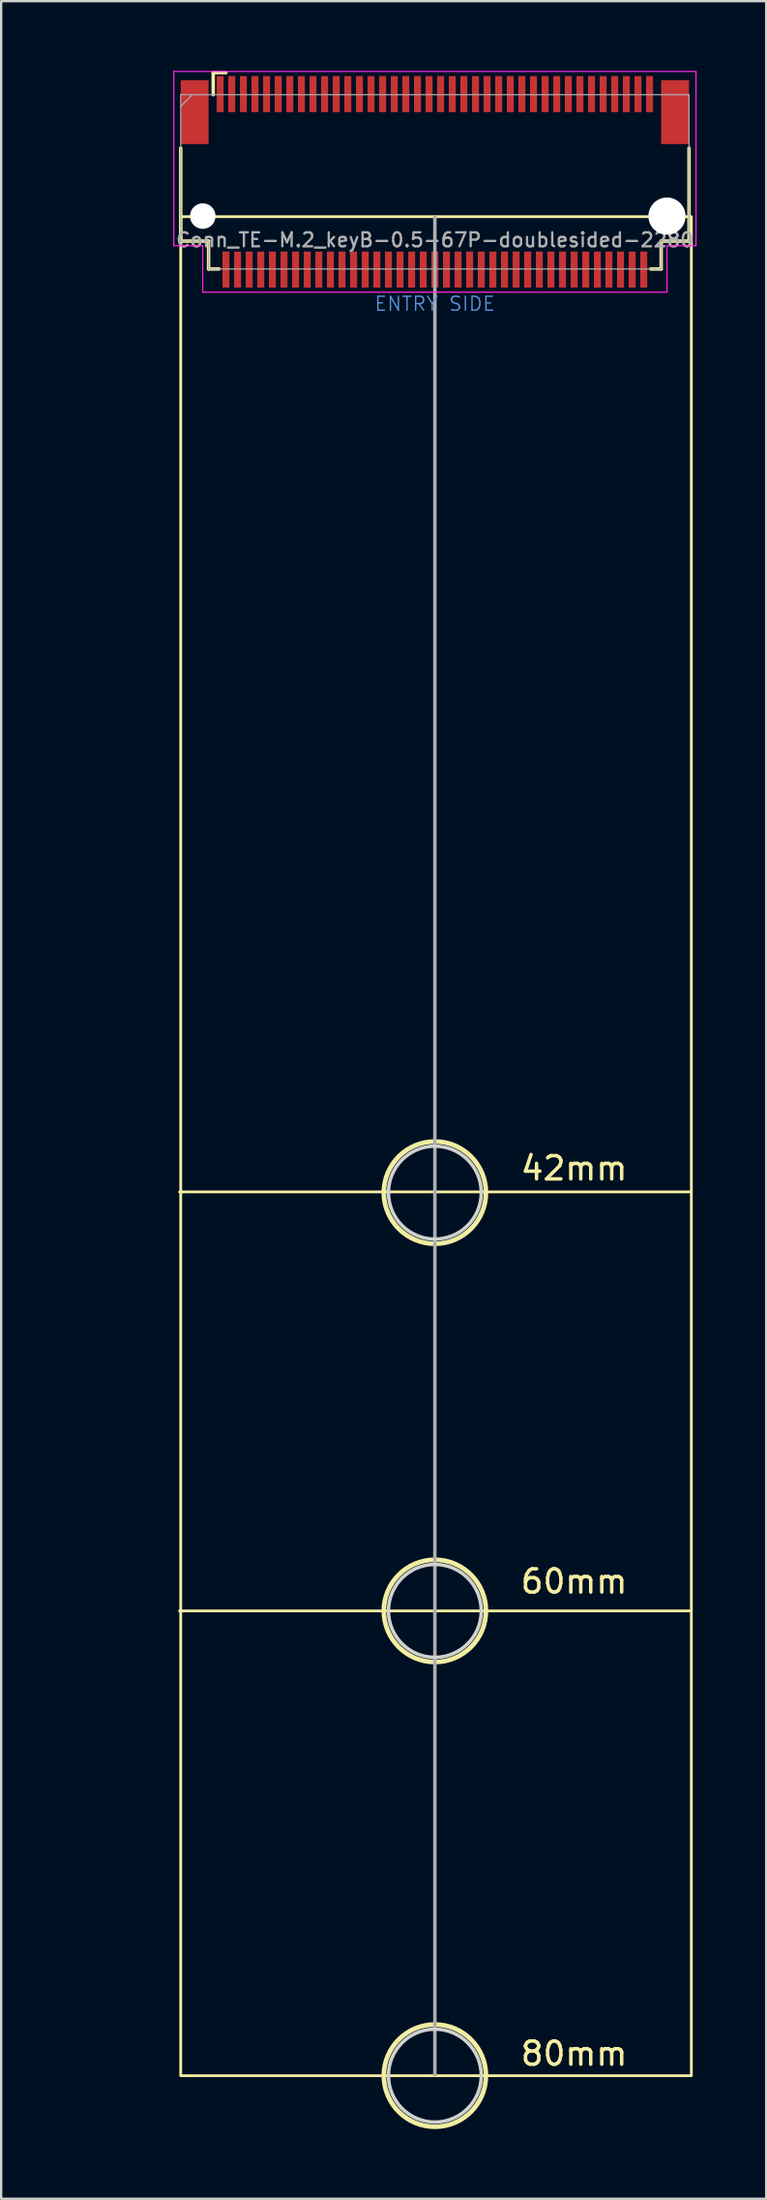
<source format=kicad_pcb>
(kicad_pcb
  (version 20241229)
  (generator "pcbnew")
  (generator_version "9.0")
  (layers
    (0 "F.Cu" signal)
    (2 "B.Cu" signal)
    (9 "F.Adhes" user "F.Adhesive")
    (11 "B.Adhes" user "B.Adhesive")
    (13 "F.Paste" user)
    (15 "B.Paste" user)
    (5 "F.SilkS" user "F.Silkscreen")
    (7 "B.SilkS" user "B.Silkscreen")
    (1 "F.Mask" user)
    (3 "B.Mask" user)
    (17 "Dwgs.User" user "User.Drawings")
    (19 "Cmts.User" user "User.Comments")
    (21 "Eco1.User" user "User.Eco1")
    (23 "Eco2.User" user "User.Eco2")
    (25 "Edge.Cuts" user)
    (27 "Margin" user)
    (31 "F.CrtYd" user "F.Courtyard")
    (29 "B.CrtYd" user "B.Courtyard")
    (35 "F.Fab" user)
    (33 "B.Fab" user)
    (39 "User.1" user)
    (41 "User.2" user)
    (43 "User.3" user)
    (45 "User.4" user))
  (footprint "Conn_TE-M.2_keyB-0.5-67P-doublesided-2280"
    (layer "F.Cu")
    (at 15.686 6.08)
    (property "Reference" "Conn_TE-M.2_keyB-0.5-67P-doublesided-2280" (at 0 1.195 0) (layer "F.Fab") (effects (font (size 0.6 0.6) (thickness 0.1))))
    (attr through_hole)
    (fp_line (start -10.95 1.245) (end -10.95 -2.755) (stroke (width 0.15) (type solid)) (layer "F.SilkS"))
    (fp_line (start -9.75 1.245) (end -10.95 1.245) (stroke (width 0.15) (type solid)) (layer "F.SilkS"))
    (fp_line (start -9.75 2.445) (end -9.75 1.245) (stroke (width 0.15) (type solid)) (layer "F.SilkS"))
    (fp_line (start -9.55 -6.005) (end -9 -6.005) (stroke (width 0.15) (type solid)) (layer "F.SilkS"))
    (fp_line (start -9.55 -5.055) (end -9.55 -6.005) (stroke (width 0.15) (type solid)) (layer "F.SilkS"))
    (fp_line (start -9.3 2.445) (end -9.75 2.445) (stroke (width 0.15) (type solid)) (layer "F.SilkS"))
    (fp_line (start 9.75 1.245) (end 9.75 2.445) (stroke (width 0.15) (type solid)) (layer "F.SilkS"))
    (fp_line (start 9.75 2.445) (end 9.3 2.445) (stroke (width 0.15) (type solid)) (layer "F.SilkS"))
    (fp_line (start 10.95 1.245) (end 9.75 1.245) (stroke (width 0.15) (type solid)) (layer "F.SilkS"))
    (fp_line (start 10.95 1.245) (end 10.95 -2.755) (stroke (width 0.15) (type solid)) (layer "F.SilkS"))
    (fp_line (start 11 42.164) (end -11 42.164) (stroke (width 0.12) (type solid)) (layer "F.SilkS"))
    (fp_line (start 11 60.195) (end -11 60.195) (stroke (width 0.12) (type solid)) (layer "F.SilkS"))
    (fp_rect (start -10.95 0.195) (end 11.05 80.198) (stroke (width 0.12) (type solid)) (fill no) (layer "F.SilkS"))
    (fp_circle (center 0 42.195) (end 2.2 42.195) (stroke (width 0.2) (type solid)) (fill no) (layer "F.SilkS"))
    (fp_circle (center 0 60.195) (end 2.2 60.195) (stroke (width 0.2) (type solid)) (fill no) (layer "F.SilkS"))
    (fp_circle (center 0 80.195) (end 2.2 80.195) (stroke (width 0.2) (type solid)) (fill no) (layer "F.SilkS"))
    (fp_circle (center 0 42.195) (end 2 42.195) (stroke (width 0.15) (type solid)) (fill no) (layer "Edge.Cuts"))
    (fp_circle (center 0 60.195) (end 2 60.195) (stroke (width 0.15) (type solid)) (fill no) (layer "Edge.Cuts"))
    (fp_circle (center 0 80.195) (end 2 80.195) (stroke (width 0.15) (type solid)) (fill no) (layer "Edge.Cuts"))
    (fp_line (start -11.25 -6.055) (end 11.25 -6.055) (stroke (width 0.05) (type solid)) (layer "F.CrtYd"))
    (fp_line (start -11.25 1.445) (end -11.25 -6.055) (stroke (width 0.05) (type solid)) (layer "F.CrtYd"))
    (fp_line (start -10 1.445) (end -11.25 1.445) (stroke (width 0.05) (type solid)) (layer "F.CrtYd"))
    (fp_line (start -10 3.445) (end -10 1.445) (stroke (width 0.05) (type solid)) (layer "F.CrtYd"))
    (fp_line (start 10 1.445) (end 10 3.445) (stroke (width 0.05) (type solid)) (layer "F.CrtYd"))
    (fp_line (start 10 3.445) (end -10 3.445) (stroke (width 0.05) (type solid)) (layer "F.CrtYd"))
    (fp_line (start 11.25 -6.055) (end 11.25 1.445) (stroke (width 0.05) (type solid)) (layer "F.CrtYd"))
    (fp_line (start 11.25 1.445) (end 10 1.445) (stroke (width 0.05) (type solid)) (layer "F.CrtYd"))
    (fp_line (start -10.95 -5.055) (end -10.95 1.245) (stroke (width 0.05) (type solid)) (layer "F.Fab"))
    (fp_line (start -10.95 -5.055) (end 10.95 -5.055) (stroke (width 0.05) (type solid)) (layer "F.Fab"))
    (fp_line (start -10.95 -4.555) (end -10.45 -5.055) (stroke (width 0.05) (type solid)) (layer "F.Fab"))
    (fp_line (start -10.95 1.245) (end -9.75 1.245) (stroke (width 0.05) (type solid)) (layer "F.Fab"))
    (fp_line (start -9.75 1.245) (end -9.75 2.445) (stroke (width 0.05) (type solid)) (layer "F.Fab"))
    (fp_line (start -9.75 2.445) (end 9.75 2.445) (stroke (width 0.05) (type solid)) (layer "F.Fab"))
    (fp_line (start 0 80.162) (end 0 0.195) (stroke (width 0.15) (type solid)) (layer "F.Fab"))
    (fp_line (start 9.75 1.245) (end 9.75 2.445) (stroke (width 0.05) (type solid)) (layer "F.Fab"))
    (fp_line (start 10.95 1.245) (end 9.75 1.245) (stroke (width 0.05) (type solid)) (layer "F.Fab"))
    (fp_line (start 10.95 1.245) (end 10.95 -5.055) (stroke (width 0.05) (type solid)) (layer "F.Fab"))
    (fp_text user "60mm" (at 6 58.928 0) (layer "F.SilkS") (effects (font (size 1 1) (thickness 0.15))))
    (fp_text user "80mm" (at 6 79.248 0) (layer "F.SilkS") (effects (font (size 1 1) (thickness 0.15))))
    (fp_text user "42mm" (at 6 41.148 0) (layer "F.SilkS") (effects (font (size 1 1) (thickness 0.15))))
    (fp_text user "ENTRY SIDE" (at 0 3.945 0) (layer "Cmts.User") (effects (font (size 0.6 0.6) (thickness 0.06))))
    (fp_text user "${REFERENCE}" (at -10.1 -4.605 0) (layer "Eco1.User") (effects (font (size 0.3 0.3) (thickness 0.03))))
    (pad "" smd rect (at -10.35 -4.305) (size 1.2 2.75) (layers "F.Cu" "F.Mask" "F.Paste"))
    (pad "" np_thru_hole circle (at -10 0.17) (size 1.1 1.1) (drill 1.1) (layers "*.Cu"))
    (pad "" np_thru_hole circle (at 10 0.17) (size 1.6 1.6) (drill 1.6) (layers "*.Cu"))
    (pad "" smd rect (at 10.35 -4.305) (size 1.2 2.75) (layers "F.Cu" "F.Mask" "F.Paste"))
    (pad "1" smd rect (at -9.25 -5.08) (size 0.3 1.55) (layers "F.Cu" "F.Mask" "F.Paste"))
    (pad "2" smd rect (at -9 2.47) (size 0.3 1.55) (layers "F.Cu" "F.Mask" "F.Paste"))
    (pad "3" smd rect (at -8.75 -5.08) (size 0.3 1.55) (layers "F.Cu" "F.Mask" "F.Paste"))
    (pad "4" smd rect (at -8.5 2.47) (size 0.3 1.55) (layers "F.Cu" "F.Mask" "F.Paste"))
    (pad "5" smd rect (at -8.25 -5.08) (size 0.3 1.55) (layers "F.Cu" "F.Mask" "F.Paste"))
    (pad "6" smd rect (at -8 2.47) (size 0.3 1.55) (layers "F.Cu" "F.Mask" "F.Paste"))
    (pad "7" smd rect (at -7.75 -5.08) (size 0.3 1.55) (layers "F.Cu" "F.Mask" "F.Paste"))
    (pad "8" smd rect (at -7.5 2.47) (size 0.3 1.55) (layers "F.Cu" "F.Mask" "F.Paste"))
    (pad "9" smd rect (at -7.25 -5.08) (size 0.3 1.55) (layers "F.Cu" "F.Mask" "F.Paste"))
    (pad "10" smd rect (at -7 2.47) (size 0.3 1.55) (layers "F.Cu" "F.Mask" "F.Paste"))
    (pad "11" smd rect (at -6.75 -5.08) (size 0.3 1.55) (layers "F.Cu" "F.Mask" "F.Paste"))
    (pad "12" smd rect (at -6.5 2.47) (size 0.3 1.55) (layers "F.Cu" "F.Mask" "F.Paste"))
    (pad "13" smd rect (at -6.25 -5.08) (size 0.3 1.55) (layers "F.Cu" "F.Mask" "F.Paste"))
    (pad "14" smd rect (at -6 2.47) (size 0.3 1.55) (layers "F.Cu" "F.Mask" "F.Paste"))
    (pad "15" smd rect (at -5.75 -5.08) (size 0.3 1.55) (layers "F.Cu" "F.Mask" "F.Paste"))
    (pad "16" smd rect (at -5.5 2.47) (size 0.3 1.55) (layers "F.Cu" "F.Mask" "F.Paste"))
    (pad "17" smd rect (at -5.25 -5.08) (size 0.3 1.55) (layers "F.Cu" "F.Mask" "F.Paste"))
    (pad "18" smd rect (at -5 2.47) (size 0.3 1.55) (layers "F.Cu" "F.Mask" "F.Paste"))
    (pad "19" smd rect (at -4.75 -5.08) (size 0.3 1.55) (layers "F.Cu" "F.Mask" "F.Paste"))
    (pad "20" smd rect (at -4.5 2.47) (size 0.3 1.55) (layers "F.Cu" "F.Mask" "F.Paste"))
    (pad "21" smd rect (at -4.25 -5.08) (size 0.3 1.55) (layers "F.Cu" "F.Mask" "F.Paste"))
    (pad "22" smd rect (at -4 2.47) (size 0.3 1.55) (layers "F.Cu" "F.Mask" "F.Paste"))
    (pad "23" smd rect (at -3.75 -5.08) (size 0.3 1.55) (layers "F.Cu" "F.Mask" "F.Paste"))
    (pad "24" smd rect (at -3.5 2.47) (size 0.3 1.55) (layers "F.Cu" "F.Mask" "F.Paste"))
    (pad "25" smd rect (at -3.25 -5.08) (size 0.3 1.55) (layers "F.Cu" "F.Mask" "F.Paste"))
    (pad "26" smd rect (at -3 2.47) (size 0.3 1.55) (layers "F.Cu" "F.Mask" "F.Paste"))
    (pad "27" smd rect (at -2.75 -5.08) (size 0.3 1.55) (layers "F.Cu" "F.Mask" "F.Paste"))
    (pad "28" smd rect (at -2.5 2.47) (size 0.3 1.55) (layers "F.Cu" "F.Mask" "F.Paste"))
    (pad "29" smd rect (at -2.25 -5.08) (size 0.3 1.55) (layers "F.Cu" "F.Mask" "F.Paste"))
    (pad "30" smd rect (at -2 2.47) (size 0.3 1.55) (layers "F.Cu" "F.Mask" "F.Paste"))
    (pad "31" smd rect (at -1.75 -5.08) (size 0.3 1.55) (layers "F.Cu" "F.Mask" "F.Paste"))
    (pad "32" smd rect (at -1.5 2.47) (size 0.3 1.55) (layers "F.Cu" "F.Mask" "F.Paste"))
    (pad "33" smd rect (at -1.25 -5.08) (size 0.3 1.55) (layers "F.Cu" "F.Mask" "F.Paste"))
    (pad "34" smd rect (at -1 2.47) (size 0.3 1.55) (layers "F.Cu" "F.Mask" "F.Paste"))
    (pad "35" smd rect (at -0.75 -5.08) (size 0.3 1.55) (layers "F.Cu" "F.Mask" "F.Paste"))
    (pad "36" smd rect (at -0.5 2.47) (size 0.3 1.55) (layers "F.Cu" "F.Mask" "F.Paste"))
    (pad "37" smd rect (at -0.25 -5.08) (size 0.3 1.55) (layers "F.Cu" "F.Mask" "F.Paste"))
    (pad "38" smd rect (at 0 2.47) (size 0.3 1.55) (layers "F.Cu" "F.Mask" "F.Paste"))
    (pad "39" smd rect (at 0.25 -5.08) (size 0.3 1.55) (layers "F.Cu" "F.Mask" "F.Paste"))
    (pad "40" smd rect (at 0.5 2.47) (size 0.3 1.55) (layers "F.Cu" "F.Mask" "F.Paste"))
    (pad "41" smd rect (at 0.75 -5.08) (size 0.3 1.55) (layers "F.Cu" "F.Mask" "F.Paste"))
    (pad "42" smd rect (at 1 2.47) (size 0.3 1.55) (layers "F.Cu" "F.Mask" "F.Paste"))
    (pad "43" smd rect (at 1.25 -5.08) (size 0.3 1.55) (layers "F.Cu" "F.Mask" "F.Paste"))
    (pad "44" smd rect (at 1.5 2.47) (size 0.3 1.55) (layers "F.Cu" "F.Mask" "F.Paste"))
    (pad "45" smd rect (at 1.75 -5.08) (size 0.3 1.55) (layers "F.Cu" "F.Mask" "F.Paste"))
    (pad "46" smd rect (at 2 2.47) (size 0.3 1.55) (layers "F.Cu" "F.Mask" "F.Paste"))
    (pad "47" smd rect (at 2.25 -5.08) (size 0.3 1.55) (layers "F.Cu" "F.Mask" "F.Paste"))
    (pad "48" smd rect (at 2.5 2.47) (size 0.3 1.55) (layers "F.Cu" "F.Mask" "F.Paste"))
    (pad "49" smd rect (at 2.75 -5.08) (size 0.3 1.55) (layers "F.Cu" "F.Mask" "F.Paste"))
    (pad "50" smd rect (at 3 2.47) (size 0.3 1.55) (layers "F.Cu" "F.Mask" "F.Paste"))
    (pad "51" smd rect (at 3.25 -5.08) (size 0.3 1.55) (layers "F.Cu" "F.Mask" "F.Paste"))
    (pad "52" smd rect (at 3.5 2.47) (size 0.3 1.55) (layers "F.Cu" "F.Mask" "F.Paste"))
    (pad "53" smd rect (at 3.75 -5.08) (size 0.3 1.55) (layers "F.Cu" "F.Mask" "F.Paste"))
    (pad "54" smd rect (at 4 2.47) (size 0.3 1.55) (layers "F.Cu" "F.Mask" "F.Paste"))
    (pad "55" smd rect (at 4.25 -5.08) (size 0.3 1.55) (layers "F.Cu" "F.Mask" "F.Paste"))
    (pad "56" smd rect (at 4.5 2.47) (size 0.3 1.55) (layers "F.Cu" "F.Mask" "F.Paste"))
    (pad "57" smd rect (at 4.75 -5.08) (size 0.3 1.55) (layers "F.Cu" "F.Mask" "F.Paste"))
    (pad "58" smd rect (at 5 2.47) (size 0.3 1.55) (layers "F.Cu" "F.Mask" "F.Paste"))
    (pad "59" smd rect (at 5.25 -5.08) (size 0.3 1.55) (layers "F.Cu" "F.Mask" "F.Paste"))
    (pad "60" smd rect (at 5.5 2.47) (size 0.3 1.55) (layers "F.Cu" "F.Mask" "F.Paste"))
    (pad "61" smd rect (at 5.75 -5.08) (size 0.3 1.55) (layers "F.Cu" "F.Mask" "F.Paste"))
    (pad "62" smd rect (at 6 2.47) (size 0.3 1.55) (layers "F.Cu" "F.Mask" "F.Paste"))
    (pad "63" smd rect (at 6.25 -5.08) (size 0.3 1.55) (layers "F.Cu" "F.Mask" "F.Paste"))
    (pad "64" smd rect (at 6.5 2.47) (size 0.3 1.55) (layers "F.Cu" "F.Mask" "F.Paste"))
    (pad "65" smd rect (at 6.75 -5.08) (size 0.3 1.55) (layers "F.Cu" "F.Mask" "F.Paste"))
    (pad "66" smd rect (at 7 2.47) (size 0.3 1.55) (layers "F.Cu" "F.Mask" "F.Paste"))
    (pad "67" smd rect (at 7.25 -5.08) (size 0.3 1.55) (layers "F.Cu" "F.Mask" "F.Paste"))
    (pad "68" smd rect (at 7.5 2.47) (size 0.3 1.55) (layers "F.Cu" "F.Mask" "F.Paste"))
    (pad "69" smd rect (at 7.75 -5.08) (size 0.3 1.55) (layers "F.Cu" "F.Mask" "F.Paste"))
    (pad "70" smd rect (at 8 2.47) (size 0.3 1.55) (layers "F.Cu" "F.Mask" "F.Paste"))
    (pad "71" smd rect (at 8.25 -5.08) (size 0.3 1.55) (layers "F.Cu" "F.Mask" "F.Paste"))
    (pad "72" smd rect (at 8.5 2.47) (size 0.3 1.55) (layers "F.Cu" "F.Mask" "F.Paste"))
    (pad "73" smd rect (at 8.75 -5.08) (size 0.3 1.55) (layers "F.Cu" "F.Mask" "F.Paste"))
    (pad "74" smd rect (at 9 2.47) (size 0.3 1.55) (layers "F.Cu" "F.Mask" "F.Paste"))
    (pad "75" smd rect (at 9.25 -5.08) (size 0.3 1.55) (layers "F.Cu" "F.Mask" "F.Paste")))
  (gr_rect
    (start -3 -3)
    (end 29.961 91.575)
    (stroke (width 0.1) (type default))
    (fill no)
    (layer "Edge.Cuts")))
</source>
